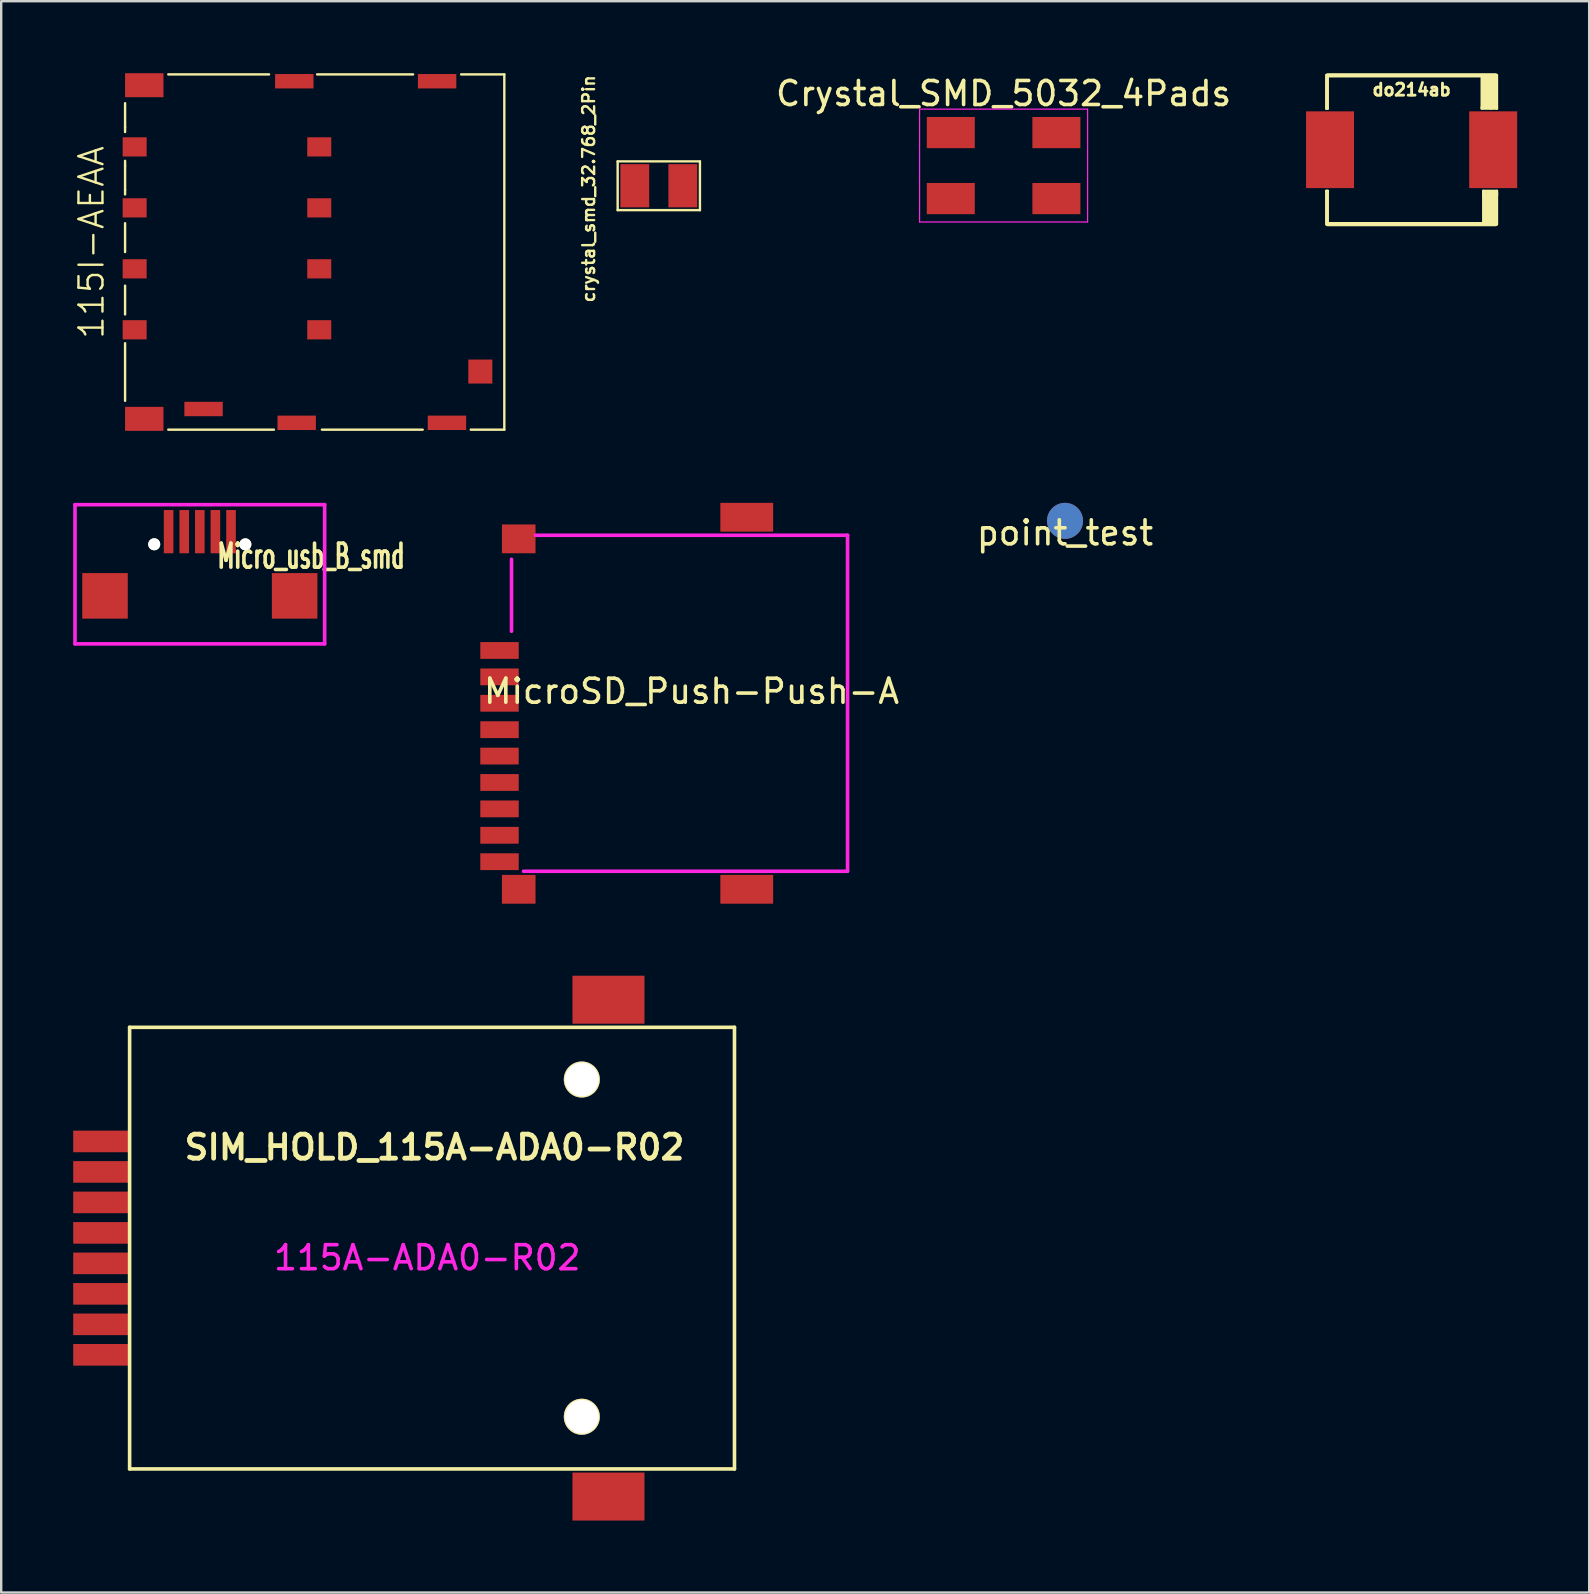
<source format=kicad_pcb>
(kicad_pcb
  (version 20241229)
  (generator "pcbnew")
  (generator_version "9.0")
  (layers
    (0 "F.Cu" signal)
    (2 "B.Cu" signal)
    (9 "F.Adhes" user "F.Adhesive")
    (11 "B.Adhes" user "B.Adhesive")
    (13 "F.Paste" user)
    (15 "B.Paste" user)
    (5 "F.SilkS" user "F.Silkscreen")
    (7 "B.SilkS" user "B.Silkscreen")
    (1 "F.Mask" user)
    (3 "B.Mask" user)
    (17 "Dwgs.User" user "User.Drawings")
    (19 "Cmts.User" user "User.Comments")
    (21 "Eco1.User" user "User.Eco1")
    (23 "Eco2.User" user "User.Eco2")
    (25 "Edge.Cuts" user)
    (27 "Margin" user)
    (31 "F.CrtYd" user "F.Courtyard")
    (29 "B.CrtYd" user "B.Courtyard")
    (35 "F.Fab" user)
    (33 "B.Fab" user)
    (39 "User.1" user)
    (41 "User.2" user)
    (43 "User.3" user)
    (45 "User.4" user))
  (footprint "115I-AEAA"
    (layer "F.Cu")
    (at 2.961 7.45)
    (property "Reference" "115I-AEAA" (at -2.2 -0.4 90) (layer "F.SilkS") (effects (font (size 1 1) (thickness 0.1))))
    (attr through_hole)
    (fp_line (start -0.8 -5.2) (end -0.8 -6.2) (stroke (width 0.1) (type solid)) (layer "F.SilkS"))
    (fp_line (start -0.8 -5.2) (end -0.8 -5) (stroke (width 0.1) (type solid)) (layer "F.SilkS"))
    (fp_line (start -0.8 -3.8) (end -0.8 -3.6) (stroke (width 0.1) (type solid)) (layer "F.SilkS"))
    (fp_line (start -0.8 -2.6) (end -0.8 -3.6) (stroke (width 0.1) (type solid)) (layer "F.SilkS"))
    (fp_line (start -0.8 -2.6) (end -0.8 -2.4) (stroke (width 0.1) (type solid)) (layer "F.SilkS"))
    (fp_line (start -0.8 0) (end -0.8 -1.2) (stroke (width 0.1) (type solid)) (layer "F.SilkS"))
    (fp_line (start -0.8 1.4) (end -0.8 2.6) (stroke (width 0.1) (type solid)) (layer "F.SilkS"))
    (fp_line (start -0.8 6.2) (end -0.8 3.8) (stroke (width 0.1) (type solid)) (layer "F.SilkS"))
    (fp_line (start 1 -7.4) (end 5.2 -7.4) (stroke (width 0.1) (type solid)) (layer "F.SilkS"))
    (fp_line (start 5.4 7.4) (end 1 7.4) (stroke (width 0.1) (type solid)) (layer "F.SilkS"))
    (fp_line (start 7.2 -7.4) (end 11.2 -7.4) (stroke (width 0.1) (type solid)) (layer "F.SilkS"))
    (fp_line (start 11.6 7.4) (end 7.4 7.4) (stroke (width 0.1) (type solid)) (layer "F.SilkS"))
    (fp_line (start 13.2 -7.4) (end 15 -7.4) (stroke (width 0.1) (type solid)) (layer "F.SilkS"))
    (fp_line (start 15 -7.4) (end 15 7.4) (stroke (width 0.1) (type solid)) (layer "F.SilkS"))
    (fp_line (start 15 7.4) (end 13.6 7.4) (stroke (width 0.1) (type solid)) (layer "F.SilkS"))
    (pad "1" smd rect (at -0.4 -4.38) (size 1 0.8) (layers "F.Cu" "F.Mask" "F.Paste"))
    (pad "2" smd rect (at -0.4 -1.84) (size 1 0.8) (layers "F.Cu" "F.Mask" "F.Paste"))
    (pad "3" smd rect (at -0.4 0.7) (size 1 0.8) (layers "F.Cu" "F.Mask" "F.Paste"))
    (pad "4" smd rect (at -0.4 3.24) (size 1 0.8) (layers "F.Cu" "F.Mask" "F.Paste"))
    (pad "5" smd rect (at 7.29 -4.38) (size 1 0.8) (layers "F.Cu" "F.Mask" "F.Paste"))
    (pad "6" smd rect (at 7.29 -1.84) (size 1 0.8) (layers "F.Cu" "F.Mask" "F.Paste"))
    (pad "7" smd rect (at 7.29 0.7) (size 1 0.8) (layers "F.Cu" "F.Mask" "F.Paste"))
    (pad "8" smd rect (at 7.29 3.24) (size 1 0.8) (layers "F.Cu" "F.Mask" "F.Paste"))
    (pad "10" smd rect (at 2.47 6.54) (size 1.6 0.6) (layers "F.Cu" "F.Mask" "F.Paste"))
    (pad "11" smd rect (at 14 4.98) (size 1 1) (layers "F.Cu" "F.Mask" "F.Paste"))
    (pad "GND" smd rect (at 0 -6.95) (size 1.6 1) (layers "F.Cu" "F.Mask" "F.Paste"))
    (pad "GND" smd rect (at 0 6.95) (size 1.6 1) (layers "F.Cu" "F.Mask" "F.Paste"))
    (pad "GND" smd rect (at 6.25 -7.115) (size 1.6 0.6) (layers "F.Cu" "F.Mask" "F.Paste"))
    (pad "GND" smd rect (at 6.35 7.115) (size 1.6 0.6) (layers "F.Cu" "F.Mask" "F.Paste"))
    (pad "GND" smd rect (at 12.2 -7.115) (size 1.6 0.6) (layers "F.Cu" "F.Mask" "F.Paste"))
    (pad "GND" smd rect (at 12.61 7.115) (size 1.6 0.6) (layers "F.Cu" "F.Mask" "F.Paste")))
  (footprint "MicroSD_Push-Push-A"
    (layer "F.Cu")
    (at 17.761 26.25)
    (property "Reference" "MicroSD_Push-Push-A" (at 8 -0.5 0) (layer "F.SilkS") (effects (font (size 1 1) (thickness 0.15))))
    (attr through_hole)
    (fp_line (start 0.5 -3) (end 0.5 -6) (stroke (width 0.15) (type solid)) (layer "F.CrtYd"))
    (fp_line (start 1.5 -7) (end 14.5 -7) (stroke (width 0.15) (type solid)) (layer "F.CrtYd"))
    (fp_line (start 14.5 -7) (end 14.5 7) (stroke (width 0.15) (type solid)) (layer "F.CrtYd"))
    (fp_line (start 14.5 7) (end 1 7) (stroke (width 0.15) (type solid)) (layer "F.CrtYd"))
    (pad "" smd rect (at 0.8 -6.85) (size 1.4 1.2) (layers "F.Cu" "F.Mask" "F.Paste"))
    (pad "" smd rect (at 10.3 -7.75) (size 2.2 1.2) (layers "F.Cu" "F.Mask" "F.Paste"))
    (pad "" smd rect (at 10.3 7.75) (size 2.2 1.2) (layers "F.Cu" "F.Mask" "F.Paste"))
    (pad "1" smd rect (at 0 -2.2) (size 1.6 0.7) (layers "F.Cu" "F.Mask" "F.Paste"))
    (pad "2" smd rect (at 0 -1.1) (size 1.6 0.7) (layers "F.Cu" "F.Mask" "F.Paste"))
    (pad "3" smd rect (at 0 0) (size 1.6 0.7) (layers "F.Cu" "F.Mask" "F.Paste"))
    (pad "4" smd rect (at 0 1.1) (size 1.6 0.7) (layers "F.Cu" "F.Mask" "F.Paste"))
    (pad "5" smd rect (at 0 2.2) (size 1.6 0.7) (layers "F.Cu" "F.Mask" "F.Paste"))
    (pad "6" smd rect (at 0 3.3) (size 1.6 0.7) (layers "F.Cu" "F.Mask" "F.Paste"))
    (pad "7" smd rect (at 0 4.4) (size 1.6 0.7) (layers "F.Cu" "F.Mask" "F.Paste"))
    (pad "8" smd rect (at 0 5.5) (size 1.6 0.7) (layers "F.Cu" "F.Mask" "F.Paste"))
    (pad "CD" smd rect (at 0 6.6) (size 1.6 0.7) (layers "F.Cu" "F.Mask" "F.Paste"))
    (pad "G" smd rect (at 0.8 7.75) (size 1.4 1.2) (layers "F.Cu" "F.Mask" "F.Paste")))
  (footprint "Micro_usb_B_smd"
    (layer "F.Cu")
    (at 5.275 21.775)
    (property "Reference" "Micro_usb_B_smd" (at 4.636 -1.651 0) (layer "F.SilkS") (effects (font (size 1 0.6) (thickness 0.15))))
    (attr through_hole)
    (fp_line (start -5.2 -3.8) (end -5.2 2) (stroke (width 0.15) (type solid)) (layer "F.CrtYd"))
    (fp_line (start -5.2 2) (end 5.2 2) (stroke (width 0.15) (type solid)) (layer "F.CrtYd"))
    (fp_line (start 5.2 -3.8) (end -5.2 -3.8) (stroke (width 0.15) (type solid)) (layer "F.CrtYd"))
    (fp_line (start 5.2 2) (end 5.2 -3.8) (stroke (width 0.15) (type solid)) (layer "F.CrtYd"))
    (pad "" np_thru_hole circle (at -1.9 -2.149) (size 0.5 0.5) (drill 0.5) (layers "*.Cu" "*.Mask" "F.SilkS"))
    (pad "" np_thru_hole circle (at 1.897 -2.146) (size 0.5 0.5) (drill 0.5) (layers "*.Cu" "*.Mask" "F.SilkS"))
    (pad "1" smd rect (at -1.3 -2.675) (size 0.4 1.8) (layers "F.Cu" "F.Mask" "F.Paste"))
    (pad "2" smd rect (at -0.648 -2.675) (size 0.4 1.8) (layers "F.Cu" "F.Mask" "F.Paste"))
    (pad "3" smd rect (at 0 -2.675) (size 0.4 1.8) (layers "F.Cu" "F.Mask" "F.Paste"))
    (pad "4" smd rect (at 0.648 -2.675) (size 0.4 1.8) (layers "F.Cu" "F.Mask" "F.Paste"))
    (pad "5" smd rect (at 1.3 -2.675) (size 0.4 1.8) (layers "F.Cu" "F.Mask" "F.Paste"))
    (pad "6" smd rect (at -3.95 0) (size 1.897 1.897) (layers "F.Cu" "F.Mask" "F.Paste"))
    (pad "6" smd rect (at 3.95 0) (size 1.897 1.897) (layers "F.Cu" "F.Mask" "F.Paste")))
  (footprint "SIM_HOLD_115A-ADA0-R02"
    (layer "F.Cu")
    (at 1.15 48.95)
    (property "Reference" "SIM_HOLD_115A-ADA0-R02" (at 13.9 -4.2 0) (layer "F.SilkS") (effects (font (size 1.001 1.001) (thickness 0.201))))
    (attr through_hole)
    (fp_line (start 1.2 -9.2) (end 1.2 9.2) (stroke (width 0.15) (type solid)) (layer "F.SilkS"))
    (fp_line (start 1.2 9.2) (end 26.4 9.2) (stroke (width 0.15) (type solid)) (layer "F.SilkS"))
    (fp_line (start 26.4 -9.2) (end 1.2 -9.2) (stroke (width 0.15) (type solid)) (layer "F.SilkS"))
    (fp_line (start 26.4 9.2) (end 26.4 -9.2) (stroke (width 0.15) (type solid)) (layer "F.SilkS"))
    (fp_text user "115A-ADA0-R02" (at 13.6 0.4 0) (layer "F.CrtYd") (effects (font (size 1 1) (thickness 0.15))))
    (pad "1" smd rect (at 0 -4.445) (size 2.3 0.9) (layers "F.Cu" "F.Mask" "F.Paste"))
    (pad "2" smd rect (at 0 -1.905) (size 2.3 0.9) (layers "F.Cu" "F.Mask" "F.Paste"))
    (pad "3" smd rect (at 0 0.635) (size 2.3 0.9) (layers "F.Cu" "F.Mask" "F.Paste"))
    (pad "5" smd rect (at 0 -3.175) (size 2.3 0.9) (layers "F.Cu" "F.Mask" "F.Paste"))
    (pad "6" smd rect (at 0 -0.635) (size 2.3 0.9) (layers "F.Cu" "F.Mask" "F.Paste"))
    (pad "7" smd rect (at 0 1.905) (size 2.3 0.9) (layers "F.Cu" "F.Mask" "F.Paste"))
    (pad "8" thru_hole circle (at 20.04 -7.025) (size 1.5 1.5) (drill 1.4) (layers "*.Cu" "*.Mask" "F.SilkS"))
    (pad "9" thru_hole circle (at 20.04 7.025) (size 1.5 1.5) (drill 1.4) (layers "*.Cu" "*.Mask" "F.SilkS"))
    (pad "CD" smd rect (at 0 3.175) (size 2.3 0.9) (layers "F.Cu" "F.Mask" "F.Paste"))
    (pad "COM" smd rect (at 0 4.445) (size 2.3 0.9) (layers "F.Cu" "F.Mask" "F.Paste"))
    (pad "GND" smd rect (at 21.15 -10.35) (size 3 2) (layers "F.Cu" "F.Mask" "F.Paste"))
    (pad "GND" smd rect (at 21.15 10.35) (size 3 2) (layers "F.Cu" "F.Mask" "F.Paste")))
  (footprint "Crystal_SMD_5032_4Pads"
    (layer "F.Cu")
    (at 38.762 3.848)
    (property "Reference" "Crystal_SMD_5032_4Pads" (at 0 -3 0) (layer "F.SilkS") (effects (font (size 1 1) (thickness 0.15))))
    (attr smd)
    (fp_line (start -3.5 -2.35) (end -3.5 2.35) (stroke (width 0.05) (type solid)) (layer "F.CrtYd"))
    (fp_line (start -3.5 2.35) (end 3.5 2.35) (stroke (width 0.05) (type solid)) (layer "F.CrtYd"))
    (fp_line (start 3.5 -2.35) (end -3.5 -2.35) (stroke (width 0.05) (type solid)) (layer "F.CrtYd"))
    (fp_line (start 3.5 2.35) (end 3.5 -2.35) (stroke (width 0.05) (type solid)) (layer "F.CrtYd"))
    (pad "1" smd rect (at -2.2 1.375) (size 2 1.3) (layers "F.Cu" "F.Mask" "F.Paste"))
    (pad "2" smd rect (at -2.2 -1.375) (size 2 1.3) (layers "F.Cu" "F.Mask" "F.Paste"))
    (pad "3" smd rect (at 2.2 -1.375) (size 2 1.3) (layers "F.Cu" "F.Mask" "F.Paste"))
    (pad "4" smd rect (at 2.2 1.375) (size 2 1.3) (layers "F.Cu" "F.Mask" "F.Paste")))
  (footprint "crystal_smd_32.768_2Pin"
    (layer "F.Cu")
    (at 24.397 4.689)
    (property "Reference" "crystal_smd_32.768_2Pin" (at -2.921 0.127 270) (layer "F.SilkS") (effects (font (size 0.498 0.498) (thickness 0.099))))
    (attr through_hole)
    (fp_line (start -1.714 -1.016) (end -1.714 1.016) (stroke (width 0.1) (type solid)) (layer "F.SilkS"))
    (fp_line (start -1.714 1.016) (end 1.714 1.016) (stroke (width 0.1) (type solid)) (layer "F.SilkS"))
    (fp_line (start 1.714 -1.016) (end -1.714 -1.016) (stroke (width 0.1) (type solid)) (layer "F.SilkS"))
    (fp_line (start 1.714 1.016) (end 1.714 -1.016) (stroke (width 0.1) (type solid)) (layer "F.SilkS"))
    (pad "1" smd rect (at -1 0) (size 1.2 1.8) (layers "F.Cu" "F.Mask" "F.Paste"))
    (pad "2" smd rect (at 1 0) (size 1.2 1.8) (layers "F.Cu" "F.Mask" "F.Paste")))
  (footprint "point_test"
    (layer "F.Cu")
    (at 41.321 18.65)
    (property "Reference" "point_test" (at 0 0.5 0) (layer "F.SilkS") (effects (font (size 1 1) (thickness 0.15))))
    (attr through_hole)
    (pad "1" thru_hole circle (at 0 0) (size 1.5 1.5) (drill 0.0001) (layers "*.Cu" "*.Mask")))
  (footprint "do214ab"
    (layer "F.Cu")
    (at 55.761 3.188)
    (property "Reference" "do214ab" (at 0 -2.499 0) (layer "F.SilkS") (effects (font (size 0.5 0.5) (thickness 0.119))))
    (attr through_hole)
    (fp_line (start -3.556 -3.111) (end -3.556 -1.714) (stroke (width 0.1) (type solid)) (layer "F.SilkS"))
    (fp_line (start -3.556 -1.714) (end -3.493 -1.714) (stroke (width 0.1) (type solid)) (layer "F.SilkS"))
    (fp_line (start -3.556 3.111) (end -3.556 1.714) (stroke (width 0.1) (type solid)) (layer "F.SilkS"))
    (fp_line (start -3.498 -3.099) (end 3.498 -3.099) (stroke (width 0.178) (type solid)) (layer "F.SilkS"))
    (fp_line (start -3.493 -3.111) (end -3.493 -1.714) (stroke (width 0.1) (type solid)) (layer "F.SilkS"))
    (fp_line (start -3.493 1.714) (end -3.556 1.714) (stroke (width 0.1) (type solid)) (layer "F.SilkS"))
    (fp_line (start -3.493 3.111) (end -3.493 1.714) (stroke (width 0.1) (type solid)) (layer "F.SilkS"))
    (fp_line (start 2.921 -3.048) (end 2.921 -1.714) (stroke (width 0.1) (type solid)) (layer "F.SilkS"))
    (fp_line (start 2.921 -1.778) (end 3.556 -1.778) (stroke (width 0.1) (type solid)) (layer "F.SilkS"))
    (fp_line (start 2.921 -1.714) (end 3.556 -1.714) (stroke (width 0.1) (type solid)) (layer "F.SilkS"))
    (fp_line (start 2.985 -2.985) (end 2.985 -1.778) (stroke (width 0.1) (type solid)) (layer "F.SilkS"))
    (fp_line (start 2.985 1.714) (end 3.556 1.714) (stroke (width 0.1) (type solid)) (layer "F.SilkS"))
    (fp_line (start 2.985 1.778) (end 3.493 1.778) (stroke (width 0.1) (type solid)) (layer "F.SilkS"))
    (fp_line (start 2.985 1.841) (end 3.429 1.905) (stroke (width 0.1) (type solid)) (layer "F.SilkS"))
    (fp_line (start 2.985 1.968) (end 2.985 1.714) (stroke (width 0.1) (type solid)) (layer "F.SilkS"))
    (fp_line (start 2.985 3.048) (end 2.985 1.905) (stroke (width 0.1) (type solid)) (layer "F.SilkS"))
    (fp_line (start 3.048 -3.048) (end 3.048 -2.857) (stroke (width 0.1) (type solid)) (layer "F.SilkS"))
    (fp_line (start 3.048 -3.048) (end 3.048 -1.778) (stroke (width 0.1) (type solid)) (layer "F.SilkS"))
    (fp_line (start 3.048 -1.778) (end 3.048 -2.985) (stroke (width 0.1) (type solid)) (layer "F.SilkS"))
    (fp_line (start 3.048 2.985) (end 3.048 1.841) (stroke (width 0.1) (type solid)) (layer "F.SilkS"))
    (fp_line (start 3.111 -2.985) (end 3.111 -1.778) (stroke (width 0.1) (type solid)) (layer "F.SilkS"))
    (fp_line (start 3.111 3.048) (end 3.111 1.905) (stroke (width 0.1) (type solid)) (layer "F.SilkS"))
    (fp_line (start 3.175 -2.985) (end 3.175 -1.778) (stroke (width 0.1) (type solid)) (layer "F.SilkS"))
    (fp_line (start 3.175 3.048) (end 3.175 1.841) (stroke (width 0.1) (type solid)) (layer "F.SilkS"))
    (fp_line (start 3.239 -3.048) (end 3.239 -1.778) (stroke (width 0.1) (type solid)) (layer "F.SilkS"))
    (fp_line (start 3.239 -2.921) (end 3.239 -1.778) (stroke (width 0.1) (type solid)) (layer "F.SilkS"))
    (fp_line (start 3.239 1.778) (end 3.302 1.841) (stroke (width 0.1) (type solid)) (layer "F.SilkS"))
    (fp_line (start 3.239 1.841) (end 3.239 1.778) (stroke (width 0.1) (type solid)) (layer "F.SilkS"))
    (fp_line (start 3.239 2.985) (end 3.239 1.841) (stroke (width 0.1) (type solid)) (layer "F.SilkS"))
    (fp_line (start 3.302 -3.048) (end 3.302 -1.714) (stroke (width 0.1) (type solid)) (layer "F.SilkS"))
    (fp_line (start 3.302 2.857) (end 3.365 1.841) (stroke (width 0.1) (type solid)) (layer "F.SilkS"))
    (fp_line (start 3.302 2.985) (end 3.302 1.905) (stroke (width 0.1) (type solid)) (layer "F.SilkS"))
    (fp_line (start 3.365 -3.048) (end 3.365 -1.778) (stroke (width 0.1) (type solid)) (layer "F.SilkS"))
    (fp_line (start 3.365 3.048) (end 3.365 1.778) (stroke (width 0.1) (type solid)) (layer "F.SilkS"))
    (fp_line (start 3.429 -3.048) (end 3.429 -1.778) (stroke (width 0.1) (type solid)) (layer "F.SilkS"))
    (fp_line (start 3.429 2.857) (end 3.429 3.111) (stroke (width 0.1) (type solid)) (layer "F.SilkS"))
    (fp_line (start 3.429 2.921) (end 3.429 1.778) (stroke (width 0.1) (type solid)) (layer "F.SilkS"))
    (fp_line (start 3.493 -3.048) (end 3.493 -1.778) (stroke (width 0.1) (type solid)) (layer "F.SilkS"))
    (fp_line (start 3.493 3.048) (end 3.493 1.841) (stroke (width 0.1) (type solid)) (layer "F.SilkS"))
    (fp_line (start 3.493 3.111) (end 3.429 3.048) (stroke (width 0.1) (type solid)) (layer "F.SilkS"))
    (fp_line (start 3.5 3.099) (end -3.5 3.099) (stroke (width 0.178) (type solid)) (layer "F.SilkS"))
    (fp_line (start 3.556 -3.111) (end 3.556 -1.714) (stroke (width 0.1) (type solid)) (layer "F.SilkS"))
    (fp_line (start 3.556 1.905) (end 3.556 1.714) (stroke (width 0.1) (type solid)) (layer "F.SilkS"))
    (fp_line (start 3.556 3.111) (end 3.556 1.778) (stroke (width 0.1) (type solid)) (layer "F.SilkS"))
    (pad "1" smd rect (at -3.399 0) (size 1.999 3.198) (layers "F.Cu" "F.Mask" "F.Paste"))
    (pad "2" smd rect (at 3.399 0) (size 1.999 3.198) (layers "F.Cu" "F.Mask" "F.Paste")))
  (gr_rect
    (start -3 -3)
    (end 63.159 63.3)
    (stroke (width 0.1) (type default))
    (fill no)
    (layer "Edge.Cuts")))
</source>
